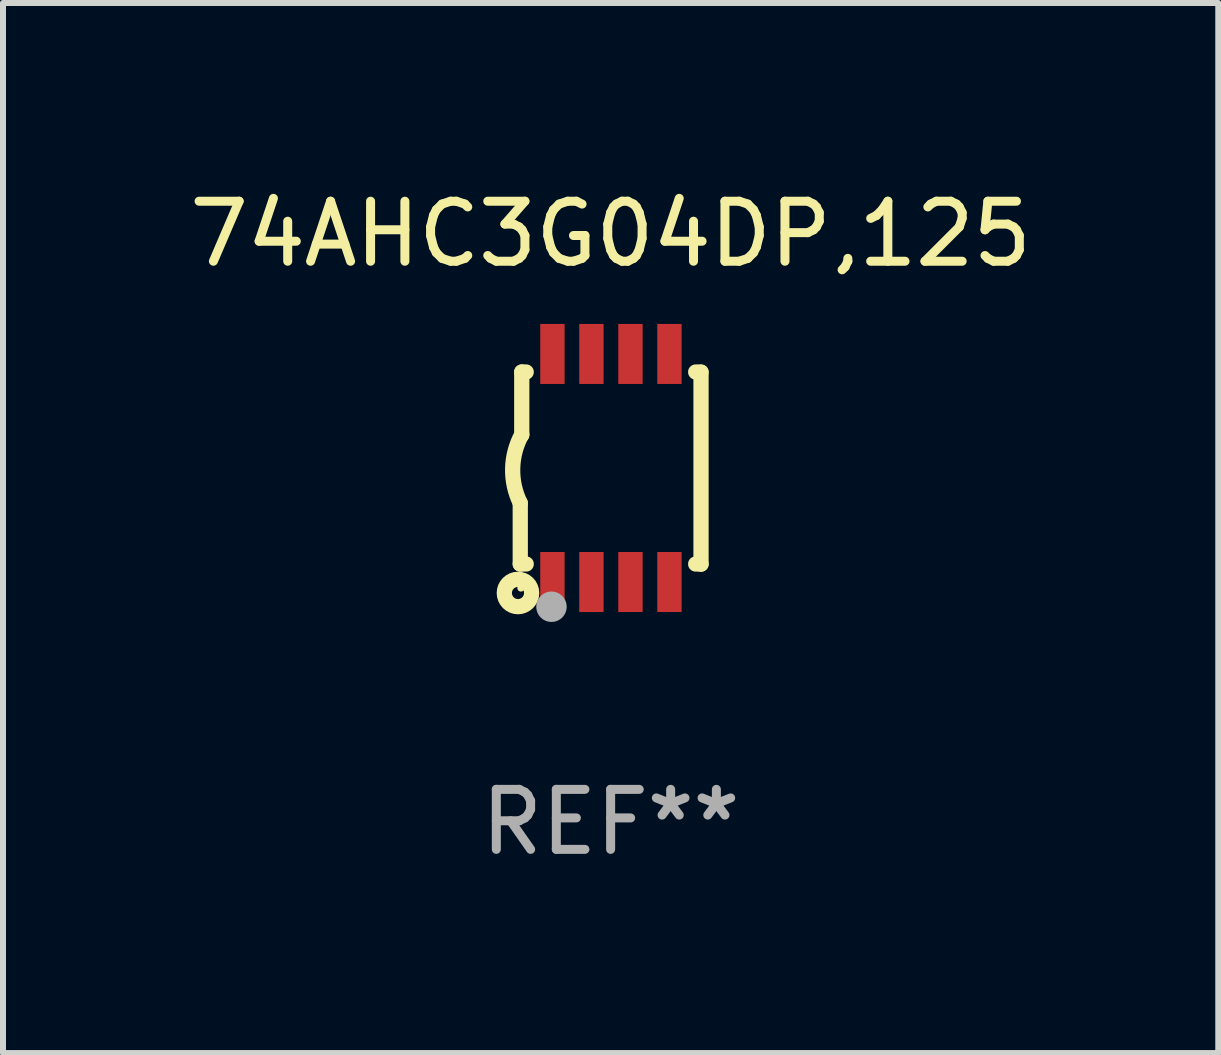
<source format=kicad_pcb>
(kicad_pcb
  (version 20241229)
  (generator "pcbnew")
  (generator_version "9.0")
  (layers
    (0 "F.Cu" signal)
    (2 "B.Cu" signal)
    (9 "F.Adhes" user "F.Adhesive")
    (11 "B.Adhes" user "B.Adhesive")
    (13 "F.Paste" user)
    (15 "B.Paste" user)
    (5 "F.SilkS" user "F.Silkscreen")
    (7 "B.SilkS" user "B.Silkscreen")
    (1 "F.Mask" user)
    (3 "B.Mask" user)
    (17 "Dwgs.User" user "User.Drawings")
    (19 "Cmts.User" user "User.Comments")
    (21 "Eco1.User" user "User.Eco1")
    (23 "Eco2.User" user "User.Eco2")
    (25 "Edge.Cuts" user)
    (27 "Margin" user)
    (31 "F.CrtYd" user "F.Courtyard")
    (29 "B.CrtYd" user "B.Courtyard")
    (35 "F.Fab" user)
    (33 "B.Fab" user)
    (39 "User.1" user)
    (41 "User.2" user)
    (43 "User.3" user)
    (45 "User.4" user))
  (footprint "74AHC3G04DP,125"
    (layer "F.Cu")
    (at 7.125 4.748)
    (property "Reference" "74AHC3G04DP,125" (at 0 -3.9 0) (layer "F.SilkS") (effects (font (size 1 1) (thickness 0.15))))
    (attr through_hole)
    (fp_line (start -1.506 1.6) (end -1.506 0.584) (stroke (width 0.254) (type solid)) (layer "F.SilkS"))
    (fp_line (start -1.506 1.6) (end -1.407 1.6) (stroke (width 0.254) (type solid)) (layer "F.SilkS"))
    (fp_line (start -1.481 -1.599) (end -1.481 -0.549) (stroke (width 0.254) (type solid)) (layer "F.SilkS"))
    (fp_line (start -1.481 -1.599) (end -1.407 -1.599) (stroke (width 0.254) (type solid)) (layer "F.SilkS"))
    (fp_line (start 1.417 -1.599) (end 1.506 -1.599) (stroke (width 0.254) (type solid)) (layer "F.SilkS"))
    (fp_line (start 1.417 1.6) (end 1.506 1.6) (stroke (width 0.254) (type solid)) (layer "F.SilkS"))
    (fp_line (start 1.506 1.603) (end 1.506 -1.595) (stroke (width 0.254) (type solid)) (layer "F.SilkS"))
    (fp_arc (start -1.506223 0.584328) (mid -1.632455 0.00974) (end -1.480823 -0.558674) (stroke (width 0.254001) (type solid)) (layer "F.SilkS"))
    (fp_circle (center -1.544 2.083) (end -1.443 2.083) (stroke (width 0.254) (type solid)) (fill no) (layer "F.SilkS"))
    (fp_circle (center -1.495 2) (end -1.465 2) (stroke (width 0.06) (type solid)) (fill no) (layer "F.SilkS"))
    (fp_circle (center -0.986 2.312) (end -0.859 2.312) (stroke (width 0.254) (type solid)) (fill no) (layer "F.Fab"))
    (fp_text user "REF**" (at 0 5.9 0) (layer "F.Fab") (effects (font (size 1 1) (thickness 0.15))))
    (pad "1" smd rect (at -0.97 1.9 90) (size 1 0.406) (layers "F.Cu" "F.Mask" "F.Paste"))
    (pad "2" smd rect (at -0.32 1.9 90) (size 1 0.406) (layers "F.Cu" "F.Mask" "F.Paste"))
    (pad "3" smd rect (at 0.33 1.9 90) (size 1 0.406) (layers "F.Cu" "F.Mask" "F.Paste"))
    (pad "4" smd rect (at 0.98 1.9 90) (size 1 0.406) (layers "F.Cu" "F.Mask" "F.Paste"))
    (pad "5" smd rect (at 0.98 -1.9 90) (size 1 0.406) (layers "F.Cu" "F.Mask" "F.Paste"))
    (pad "6" smd rect (at 0.33 -1.9 90) (size 1 0.406) (layers "F.Cu" "F.Mask" "F.Paste"))
    (pad "7" smd rect (at -0.32 -1.9 90) (size 1 0.406) (layers "F.Cu" "F.Mask" "F.Paste"))
    (pad "8" smd rect (at -0.97 -1.9 90) (size 1 0.406) (layers "F.Cu" "F.Mask" "F.Paste")))
  (gr_rect
    (start -3 -3)
    (end 17.25 14.497)
    (stroke (width 0.1) (type default))
    (fill no)
    (layer "Edge.Cuts")))
</source>
